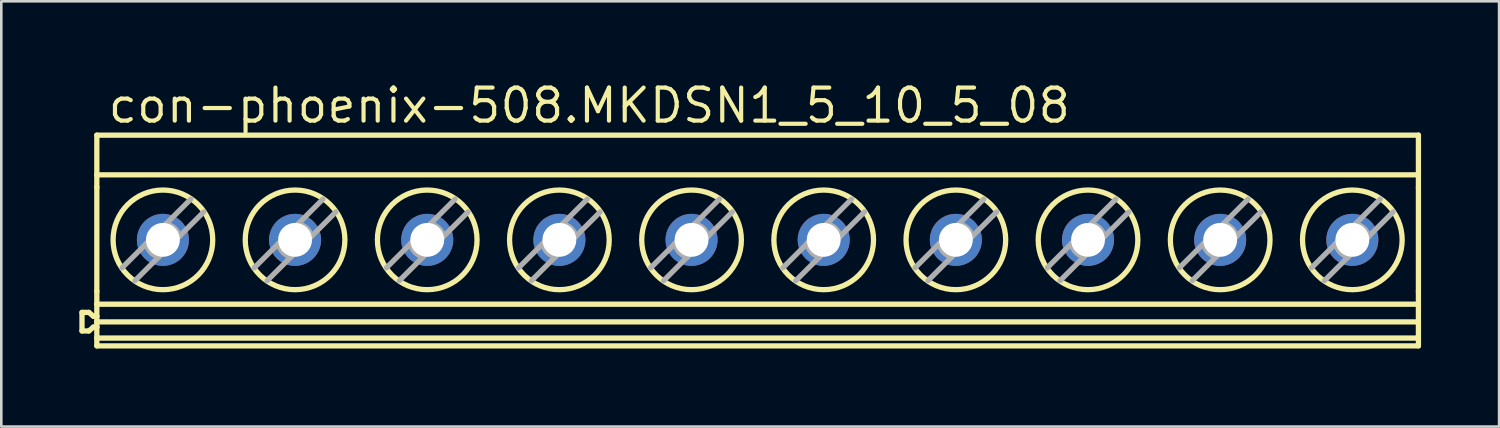
<source format=kicad_pcb>
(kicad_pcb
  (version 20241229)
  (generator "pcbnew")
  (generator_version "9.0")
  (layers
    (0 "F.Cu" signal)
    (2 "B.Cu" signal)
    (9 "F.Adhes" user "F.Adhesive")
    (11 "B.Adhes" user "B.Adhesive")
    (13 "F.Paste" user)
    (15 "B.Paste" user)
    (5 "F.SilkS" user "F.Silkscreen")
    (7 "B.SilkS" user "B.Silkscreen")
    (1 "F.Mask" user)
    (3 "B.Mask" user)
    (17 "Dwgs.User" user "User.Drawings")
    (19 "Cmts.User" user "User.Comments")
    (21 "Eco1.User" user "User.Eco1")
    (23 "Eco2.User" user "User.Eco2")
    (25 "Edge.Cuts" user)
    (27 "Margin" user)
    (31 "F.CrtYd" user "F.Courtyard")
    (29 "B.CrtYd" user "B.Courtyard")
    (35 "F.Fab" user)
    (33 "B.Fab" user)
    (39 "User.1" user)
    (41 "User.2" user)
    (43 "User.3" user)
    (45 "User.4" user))
  (footprint "con-phoenix-508.MKDSN1_5_10_5_08"
    (layer "F.Cu")
    (at 26.093 6.195)
    (property "Reference" "con-phoenix-508.MKDSN1_5_10_5_08" (at -25.071 -4.445 0) (layer "F.SilkS") (effects (font (size 1.27 1.27) (thickness 0.16)) (justify left bottom)))
    (attr through_hole)
    (fp_line (start -25.991 2.763) (end -25.991 3.477) (stroke (width 0.203) (type default)) (layer "F.SilkS"))
    (fp_line (start -25.991 2.763) (end -25.728 2.763) (stroke (width 0.203) (type default)) (layer "F.SilkS"))
    (fp_line (start -25.991 3.477) (end -25.728 3.477) (stroke (width 0.203) (type default)) (layer "F.SilkS"))
    (fp_line (start -25.728 2.763) (end -25.55 2.913) (stroke (width 0.203) (type default)) (layer "F.SilkS"))
    (fp_line (start -25.55 2.913) (end -25.421 2.913) (stroke (width 0.203) (type default)) (layer "F.SilkS"))
    (fp_line (start -25.55 3.327) (end -25.728 3.477) (stroke (width 0.203) (type default)) (layer "F.SilkS"))
    (fp_line (start -25.421 -4.05) (end 25.379 -4.05) (stroke (width 0.203) (type default)) (layer "F.SilkS"))
    (fp_line (start -25.421 -2.524) (end -25.421 -4.05) (stroke (width 0.203) (type default)) (layer "F.SilkS"))
    (fp_line (start -25.421 -2.524) (end -25.421 -2.041) (stroke (width 0.203) (type default)) (layer "F.SilkS"))
    (fp_line (start -25.421 -2.524) (end 25.379 -2.524) (stroke (width 0.203) (type default)) (layer "F.SilkS"))
    (fp_line (start -25.421 1.956) (end -25.421 -2.041) (stroke (width 0.203) (type default)) (layer "F.SilkS"))
    (fp_line (start -25.421 1.956) (end -25.421 2.448) (stroke (width 0.203) (type default)) (layer "F.SilkS"))
    (fp_line (start -25.421 2.913) (end -25.421 2.448) (stroke (width 0.203) (type default)) (layer "F.SilkS"))
    (fp_line (start -25.421 3.128) (end -25.421 2.913) (stroke (width 0.203) (type default)) (layer "F.SilkS"))
    (fp_line (start -25.421 3.128) (end 25.379 3.128) (stroke (width 0.203) (type default)) (layer "F.SilkS"))
    (fp_line (start -25.421 3.327) (end -25.55 3.327) (stroke (width 0.203) (type default)) (layer "F.SilkS"))
    (fp_line (start -25.421 3.327) (end -25.421 3.128) (stroke (width 0.203) (type default)) (layer "F.SilkS"))
    (fp_line (start -25.421 3.75) (end -25.421 3.327) (stroke (width 0.203) (type default)) (layer "F.SilkS"))
    (fp_line (start -25.421 3.75) (end -25.421 4.05) (stroke (width 0.203) (type default)) (layer "F.SilkS"))
    (fp_line (start -25.421 4.05) (end 25.379 4.05) (stroke (width 0.203) (type default)) (layer "F.SilkS"))
    (fp_line (start 25.379 -2.524) (end 25.379 -4.05) (stroke (width 0.203) (type default)) (layer "F.SilkS"))
    (fp_line (start 25.379 -2.524) (end 25.379 -2.041) (stroke (width 0.203) (type default)) (layer "F.SilkS"))
    (fp_line (start 25.379 1.956) (end 25.379 -2.041) (stroke (width 0.203) (type default)) (layer "F.SilkS"))
    (fp_line (start 25.379 1.956) (end 25.379 2.448) (stroke (width 0.203) (type default)) (layer "F.SilkS"))
    (fp_line (start 25.379 2.448) (end -25.421 2.448) (stroke (width 0.203) (type default)) (layer "F.SilkS"))
    (fp_line (start 25.379 3.128) (end 25.379 2.448) (stroke (width 0.203) (type default)) (layer "F.SilkS"))
    (fp_line (start 25.379 3.75) (end -25.421 3.75) (stroke (width 0.203) (type default)) (layer "F.SilkS"))
    (fp_line (start 25.379 3.75) (end 25.379 3.128) (stroke (width 0.203) (type default)) (layer "F.SilkS"))
    (fp_line (start 25.379 3.75) (end 25.379 4.05) (stroke (width 0.203) (type default)) (layer "F.SilkS"))
    (fp_circle (center -22.881 -0.025) (end -20.966 -0.025) (stroke (width 0.203) (type default)) (fill no) (layer "F.SilkS"))
    (fp_circle (center -17.801 -0.025) (end -15.886 -0.025) (stroke (width 0.203) (type default)) (fill no) (layer "F.SilkS"))
    (fp_circle (center -12.721 -0.025) (end -10.806 -0.025) (stroke (width 0.203) (type default)) (fill no) (layer "F.SilkS"))
    (fp_circle (center -7.641 -0.025) (end -5.726 -0.025) (stroke (width 0.203) (type default)) (fill no) (layer "F.SilkS"))
    (fp_circle (center -2.561 -0.025) (end -0.646 -0.025) (stroke (width 0.203) (type default)) (fill no) (layer "F.SilkS"))
    (fp_circle (center 2.519 -0.025) (end 4.434 -0.025) (stroke (width 0.203) (type default)) (fill no) (layer "F.SilkS"))
    (fp_circle (center 7.599 -0.025) (end 9.514 -0.025) (stroke (width 0.203) (type default)) (fill no) (layer "F.SilkS"))
    (fp_circle (center 12.679 -0.025) (end 14.594 -0.025) (stroke (width 0.203) (type default)) (fill no) (layer "F.SilkS"))
    (fp_circle (center 17.759 -0.025) (end 19.674 -0.025) (stroke (width 0.203) (type default)) (fill no) (layer "F.SilkS"))
    (fp_circle (center 22.839 -0.025) (end 24.754 -0.025) (stroke (width 0.203) (type default)) (fill no) (layer "F.SilkS"))
    (fp_line (start -24.449 1.048) (end -23.52 0.119) (stroke (width 0.203) (type default)) (layer "F.Fab"))
    (fp_line (start -23.52 0.119) (end -22.881 -0.52) (stroke (width 0.203) (type default)) (layer "F.Fab"))
    (fp_line (start -23.041 0.63) (end -23.954 1.543) (stroke (width 0.203) (type default)) (layer "F.Fab"))
    (fp_line (start -22.881 -0.52) (end -22.762 -0.639) (stroke (width 0.203) (type default)) (layer "F.Fab"))
    (fp_line (start -22.881 0.47) (end -23.041 0.63) (stroke (width 0.203) (type default)) (layer "F.Fab"))
    (fp_line (start -22.762 -0.639) (end -21.808 -1.593) (stroke (width 0.203) (type default)) (layer "F.Fab"))
    (fp_line (start -22.251 -0.16) (end -22.881 0.47) (stroke (width 0.203) (type default)) (layer "F.Fab"))
    (fp_line (start -21.313 -1.098) (end -22.251 -0.16) (stroke (width 0.203) (type default)) (layer "F.Fab"))
    (fp_line (start -19.369 1.048) (end -18.44 0.119) (stroke (width 0.203) (type default)) (layer "F.Fab"))
    (fp_line (start -18.44 0.119) (end -17.801 -0.52) (stroke (width 0.203) (type default)) (layer "F.Fab"))
    (fp_line (start -17.961 0.63) (end -18.874 1.543) (stroke (width 0.203) (type default)) (layer "F.Fab"))
    (fp_line (start -17.801 -0.52) (end -17.682 -0.639) (stroke (width 0.203) (type default)) (layer "F.Fab"))
    (fp_line (start -17.801 0.47) (end -17.961 0.63) (stroke (width 0.203) (type default)) (layer "F.Fab"))
    (fp_line (start -17.682 -0.639) (end -16.728 -1.593) (stroke (width 0.203) (type default)) (layer "F.Fab"))
    (fp_line (start -17.171 -0.16) (end -17.801 0.47) (stroke (width 0.203) (type default)) (layer "F.Fab"))
    (fp_line (start -16.233 -1.098) (end -17.171 -0.16) (stroke (width 0.203) (type default)) (layer "F.Fab"))
    (fp_line (start -14.289 1.048) (end -13.36 0.119) (stroke (width 0.203) (type default)) (layer "F.Fab"))
    (fp_line (start -13.36 0.119) (end -12.721 -0.52) (stroke (width 0.203) (type default)) (layer "F.Fab"))
    (fp_line (start -12.881 0.63) (end -13.794 1.543) (stroke (width 0.203) (type default)) (layer "F.Fab"))
    (fp_line (start -12.721 -0.52) (end -12.602 -0.639) (stroke (width 0.203) (type default)) (layer "F.Fab"))
    (fp_line (start -12.721 0.47) (end -12.881 0.63) (stroke (width 0.203) (type default)) (layer "F.Fab"))
    (fp_line (start -12.602 -0.639) (end -11.648 -1.593) (stroke (width 0.203) (type default)) (layer "F.Fab"))
    (fp_line (start -12.091 -0.16) (end -12.721 0.47) (stroke (width 0.203) (type default)) (layer "F.Fab"))
    (fp_line (start -11.153 -1.098) (end -12.091 -0.16) (stroke (width 0.203) (type default)) (layer "F.Fab"))
    (fp_line (start -9.209 1.048) (end -8.28 0.119) (stroke (width 0.203) (type default)) (layer "F.Fab"))
    (fp_line (start -8.28 0.119) (end -7.641 -0.52) (stroke (width 0.203) (type default)) (layer "F.Fab"))
    (fp_line (start -7.801 0.63) (end -8.714 1.543) (stroke (width 0.203) (type default)) (layer "F.Fab"))
    (fp_line (start -7.641 -0.52) (end -7.522 -0.639) (stroke (width 0.203) (type default)) (layer "F.Fab"))
    (fp_line (start -7.641 0.47) (end -7.801 0.63) (stroke (width 0.203) (type default)) (layer "F.Fab"))
    (fp_line (start -7.522 -0.639) (end -6.568 -1.593) (stroke (width 0.203) (type default)) (layer "F.Fab"))
    (fp_line (start -7.011 -0.16) (end -7.641 0.47) (stroke (width 0.203) (type default)) (layer "F.Fab"))
    (fp_line (start -6.073 -1.098) (end -7.011 -0.16) (stroke (width 0.203) (type default)) (layer "F.Fab"))
    (fp_line (start -4.129 1.048) (end -3.2 0.119) (stroke (width 0.203) (type default)) (layer "F.Fab"))
    (fp_line (start -3.2 0.119) (end -2.561 -0.52) (stroke (width 0.203) (type default)) (layer "F.Fab"))
    (fp_line (start -2.721 0.63) (end -3.634 1.543) (stroke (width 0.203) (type default)) (layer "F.Fab"))
    (fp_line (start -2.561 -0.52) (end -2.442 -0.639) (stroke (width 0.203) (type default)) (layer "F.Fab"))
    (fp_line (start -2.561 0.47) (end -2.721 0.63) (stroke (width 0.203) (type default)) (layer "F.Fab"))
    (fp_line (start -2.442 -0.639) (end -1.488 -1.593) (stroke (width 0.203) (type default)) (layer "F.Fab"))
    (fp_line (start -1.931 -0.16) (end -2.561 0.47) (stroke (width 0.203) (type default)) (layer "F.Fab"))
    (fp_line (start -0.993 -1.098) (end -1.931 -0.16) (stroke (width 0.203) (type default)) (layer "F.Fab"))
    (fp_line (start 0.951 1.048) (end 1.88 0.119) (stroke (width 0.203) (type default)) (layer "F.Fab"))
    (fp_line (start 1.88 0.119) (end 2.519 -0.52) (stroke (width 0.203) (type default)) (layer "F.Fab"))
    (fp_line (start 2.359 0.63) (end 1.446 1.543) (stroke (width 0.203) (type default)) (layer "F.Fab"))
    (fp_line (start 2.519 -0.52) (end 2.638 -0.639) (stroke (width 0.203) (type default)) (layer "F.Fab"))
    (fp_line (start 2.519 0.47) (end 2.359 0.63) (stroke (width 0.203) (type default)) (layer "F.Fab"))
    (fp_line (start 2.638 -0.639) (end 3.592 -1.593) (stroke (width 0.203) (type default)) (layer "F.Fab"))
    (fp_line (start 3.149 -0.16) (end 2.519 0.47) (stroke (width 0.203) (type default)) (layer "F.Fab"))
    (fp_line (start 4.087 -1.098) (end 3.149 -0.16) (stroke (width 0.203) (type default)) (layer "F.Fab"))
    (fp_line (start 6.031 1.048) (end 6.96 0.119) (stroke (width 0.203) (type default)) (layer "F.Fab"))
    (fp_line (start 6.96 0.119) (end 7.599 -0.52) (stroke (width 0.203) (type default)) (layer "F.Fab"))
    (fp_line (start 7.439 0.63) (end 6.526 1.543) (stroke (width 0.203) (type default)) (layer "F.Fab"))
    (fp_line (start 7.599 -0.52) (end 7.718 -0.639) (stroke (width 0.203) (type default)) (layer "F.Fab"))
    (fp_line (start 7.599 0.47) (end 7.439 0.63) (stroke (width 0.203) (type default)) (layer "F.Fab"))
    (fp_line (start 7.718 -0.639) (end 8.672 -1.593) (stroke (width 0.203) (type default)) (layer "F.Fab"))
    (fp_line (start 8.229 -0.16) (end 7.599 0.47) (stroke (width 0.203) (type default)) (layer "F.Fab"))
    (fp_line (start 9.167 -1.098) (end 8.229 -0.16) (stroke (width 0.203) (type default)) (layer "F.Fab"))
    (fp_line (start 11.111 1.048) (end 12.04 0.119) (stroke (width 0.203) (type default)) (layer "F.Fab"))
    (fp_line (start 12.04 0.119) (end 12.679 -0.52) (stroke (width 0.203) (type default)) (layer "F.Fab"))
    (fp_line (start 12.519 0.63) (end 11.606 1.543) (stroke (width 0.203) (type default)) (layer "F.Fab"))
    (fp_line (start 12.679 -0.52) (end 12.798 -0.639) (stroke (width 0.203) (type default)) (layer "F.Fab"))
    (fp_line (start 12.679 0.47) (end 12.519 0.63) (stroke (width 0.203) (type default)) (layer "F.Fab"))
    (fp_line (start 12.798 -0.639) (end 13.752 -1.593) (stroke (width 0.203) (type default)) (layer "F.Fab"))
    (fp_line (start 13.309 -0.16) (end 12.679 0.47) (stroke (width 0.203) (type default)) (layer "F.Fab"))
    (fp_line (start 14.247 -1.098) (end 13.309 -0.16) (stroke (width 0.203) (type default)) (layer "F.Fab"))
    (fp_line (start 16.191 1.048) (end 17.12 0.119) (stroke (width 0.203) (type default)) (layer "F.Fab"))
    (fp_line (start 17.12 0.119) (end 17.759 -0.52) (stroke (width 0.203) (type default)) (layer "F.Fab"))
    (fp_line (start 17.599 0.63) (end 16.686 1.543) (stroke (width 0.203) (type default)) (layer "F.Fab"))
    (fp_line (start 17.759 -0.52) (end 17.878 -0.639) (stroke (width 0.203) (type default)) (layer "F.Fab"))
    (fp_line (start 17.759 0.47) (end 17.599 0.63) (stroke (width 0.203) (type default)) (layer "F.Fab"))
    (fp_line (start 17.878 -0.639) (end 18.832 -1.593) (stroke (width 0.203) (type default)) (layer "F.Fab"))
    (fp_line (start 18.389 -0.16) (end 17.759 0.47) (stroke (width 0.203) (type default)) (layer "F.Fab"))
    (fp_line (start 19.327 -1.098) (end 18.389 -0.16) (stroke (width 0.203) (type default)) (layer "F.Fab"))
    (fp_line (start 21.271 1.048) (end 22.2 0.119) (stroke (width 0.203) (type default)) (layer "F.Fab"))
    (fp_line (start 22.2 0.119) (end 22.839 -0.52) (stroke (width 0.203) (type default)) (layer "F.Fab"))
    (fp_line (start 22.679 0.63) (end 21.766 1.543) (stroke (width 0.203) (type default)) (layer "F.Fab"))
    (fp_line (start 22.839 -0.52) (end 22.958 -0.639) (stroke (width 0.203) (type default)) (layer "F.Fab"))
    (fp_line (start 22.839 0.47) (end 22.679 0.63) (stroke (width 0.203) (type default)) (layer "F.Fab"))
    (fp_line (start 22.958 -0.639) (end 23.912 -1.593) (stroke (width 0.203) (type default)) (layer "F.Fab"))
    (fp_line (start 23.469 -0.16) (end 22.839 0.47) (stroke (width 0.203) (type default)) (layer "F.Fab"))
    (fp_line (start 24.407 -1.098) (end 23.469 -0.16) (stroke (width 0.203) (type default)) (layer "F.Fab"))
    (fp_arc (start -23.0411 0.63) (mid -23.355316 0.444537) (end -23.5201 0.119) (stroke (width 0.2032) (type default)) (layer "F.Fab"))
    (fp_arc (start -22.7621 -0.639) (mid -22.436563 -0.474216) (end -22.2511 -0.16) (stroke (width 0.2032) (type default)) (layer "F.Fab"))
    (fp_arc (start -17.9611 0.63) (mid -18.275316 0.444537) (end -18.4401 0.119) (stroke (width 0.2032) (type default)) (layer "F.Fab"))
    (fp_arc (start -17.6821 -0.639) (mid -17.356563 -0.474216) (end -17.1711 -0.16) (stroke (width 0.2032) (type default)) (layer "F.Fab"))
    (fp_arc (start -12.8811 0.63) (mid -13.195316 0.444537) (end -13.3601 0.119) (stroke (width 0.2032) (type default)) (layer "F.Fab"))
    (fp_arc (start -12.6021 -0.639) (mid -12.276563 -0.474216) (end -12.0911 -0.16) (stroke (width 0.2032) (type default)) (layer "F.Fab"))
    (fp_arc (start -7.8011 0.63) (mid -8.115316 0.444537) (end -8.2801 0.119) (stroke (width 0.2032) (type default)) (layer "F.Fab"))
    (fp_arc (start -7.5221 -0.639) (mid -7.196563 -0.474216) (end -7.0111 -0.16) (stroke (width 0.2032) (type default)) (layer "F.Fab"))
    (fp_arc (start -2.7211 0.63) (mid -3.035316 0.444537) (end -3.2001 0.119) (stroke (width 0.2032) (type default)) (layer "F.Fab"))
    (fp_arc (start -2.4421 -0.639) (mid -2.116563 -0.474216) (end -1.9311 -0.16) (stroke (width 0.2032) (type default)) (layer "F.Fab"))
    (fp_arc (start 2.3589 0.63) (mid 2.044684 0.444537) (end 1.8799 0.119) (stroke (width 0.2032) (type default)) (layer "F.Fab"))
    (fp_arc (start 2.6379 -0.639) (mid 2.963437 -0.474216) (end 3.1489 -0.16) (stroke (width 0.2032) (type default)) (layer "F.Fab"))
    (fp_arc (start 7.4389 0.63) (mid 7.124684 0.444537) (end 6.9599 0.119) (stroke (width 0.2032) (type default)) (layer "F.Fab"))
    (fp_arc (start 7.7179 -0.639) (mid 8.043437 -0.474216) (end 8.2289 -0.16) (stroke (width 0.2032) (type default)) (layer "F.Fab"))
    (fp_arc (start 12.5189 0.63) (mid 12.204684 0.444537) (end 12.0399 0.119) (stroke (width 0.2032) (type default)) (layer "F.Fab"))
    (fp_arc (start 12.7979 -0.639) (mid 13.123437 -0.474216) (end 13.3089 -0.16) (stroke (width 0.2032) (type default)) (layer "F.Fab"))
    (fp_arc (start 17.5989 0.63) (mid 17.284684 0.444537) (end 17.1199 0.119) (stroke (width 0.2032) (type default)) (layer "F.Fab"))
    (fp_arc (start 17.8779 -0.639) (mid 18.203437 -0.474216) (end 18.3889 -0.16) (stroke (width 0.2032) (type default)) (layer "F.Fab"))
    (fp_arc (start 22.6789 0.63) (mid 22.364684 0.444537) (end 22.1999 0.119) (stroke (width 0.2032) (type default)) (layer "F.Fab"))
    (fp_arc (start 22.9579 -0.639) (mid 23.283437 -0.474216) (end 23.4689 -0.16) (stroke (width 0.2032) (type default)) (layer "F.Fab"))
    (pad "1" thru_hole circle (at -22.881 -0.025) (size 2 2) (drill 1.3) (layers "*.Cu" "*.Mask"))
    (pad "2" thru_hole circle (at -17.801 -0.025) (size 2 2) (drill 1.3) (layers "*.Cu" "*.Mask"))
    (pad "3" thru_hole circle (at -12.721 -0.025) (size 2 2) (drill 1.3) (layers "*.Cu" "*.Mask"))
    (pad "4" thru_hole circle (at -7.641 -0.025) (size 2 2) (drill 1.3) (layers "*.Cu" "*.Mask"))
    (pad "5" thru_hole circle (at -2.561 -0.025) (size 2 2) (drill 1.3) (layers "*.Cu" "*.Mask"))
    (pad "6" thru_hole circle (at 2.519 -0.025) (size 2 2) (drill 1.3) (layers "*.Cu" "*.Mask"))
    (pad "7" thru_hole circle (at 7.599 -0.025) (size 2 2) (drill 1.3) (layers "*.Cu" "*.Mask"))
    (pad "8" thru_hole circle (at 12.679 -0.025) (size 2 2) (drill 1.3) (layers "*.Cu" "*.Mask"))
    (pad "9" thru_hole circle (at 17.759 -0.025) (size 2 2) (drill 1.3) (layers "*.Cu" "*.Mask"))
    (pad "10" thru_hole circle (at 22.839 -0.025) (size 2 2) (drill 1.3) (layers "*.Cu" "*.Mask")))
  (gr_rect
    (start -3 -3)
    (end 54.573 13.347)
    (stroke (width 0.1) (type default))
    (fill no)
    (layer "Edge.Cuts")))
</source>
